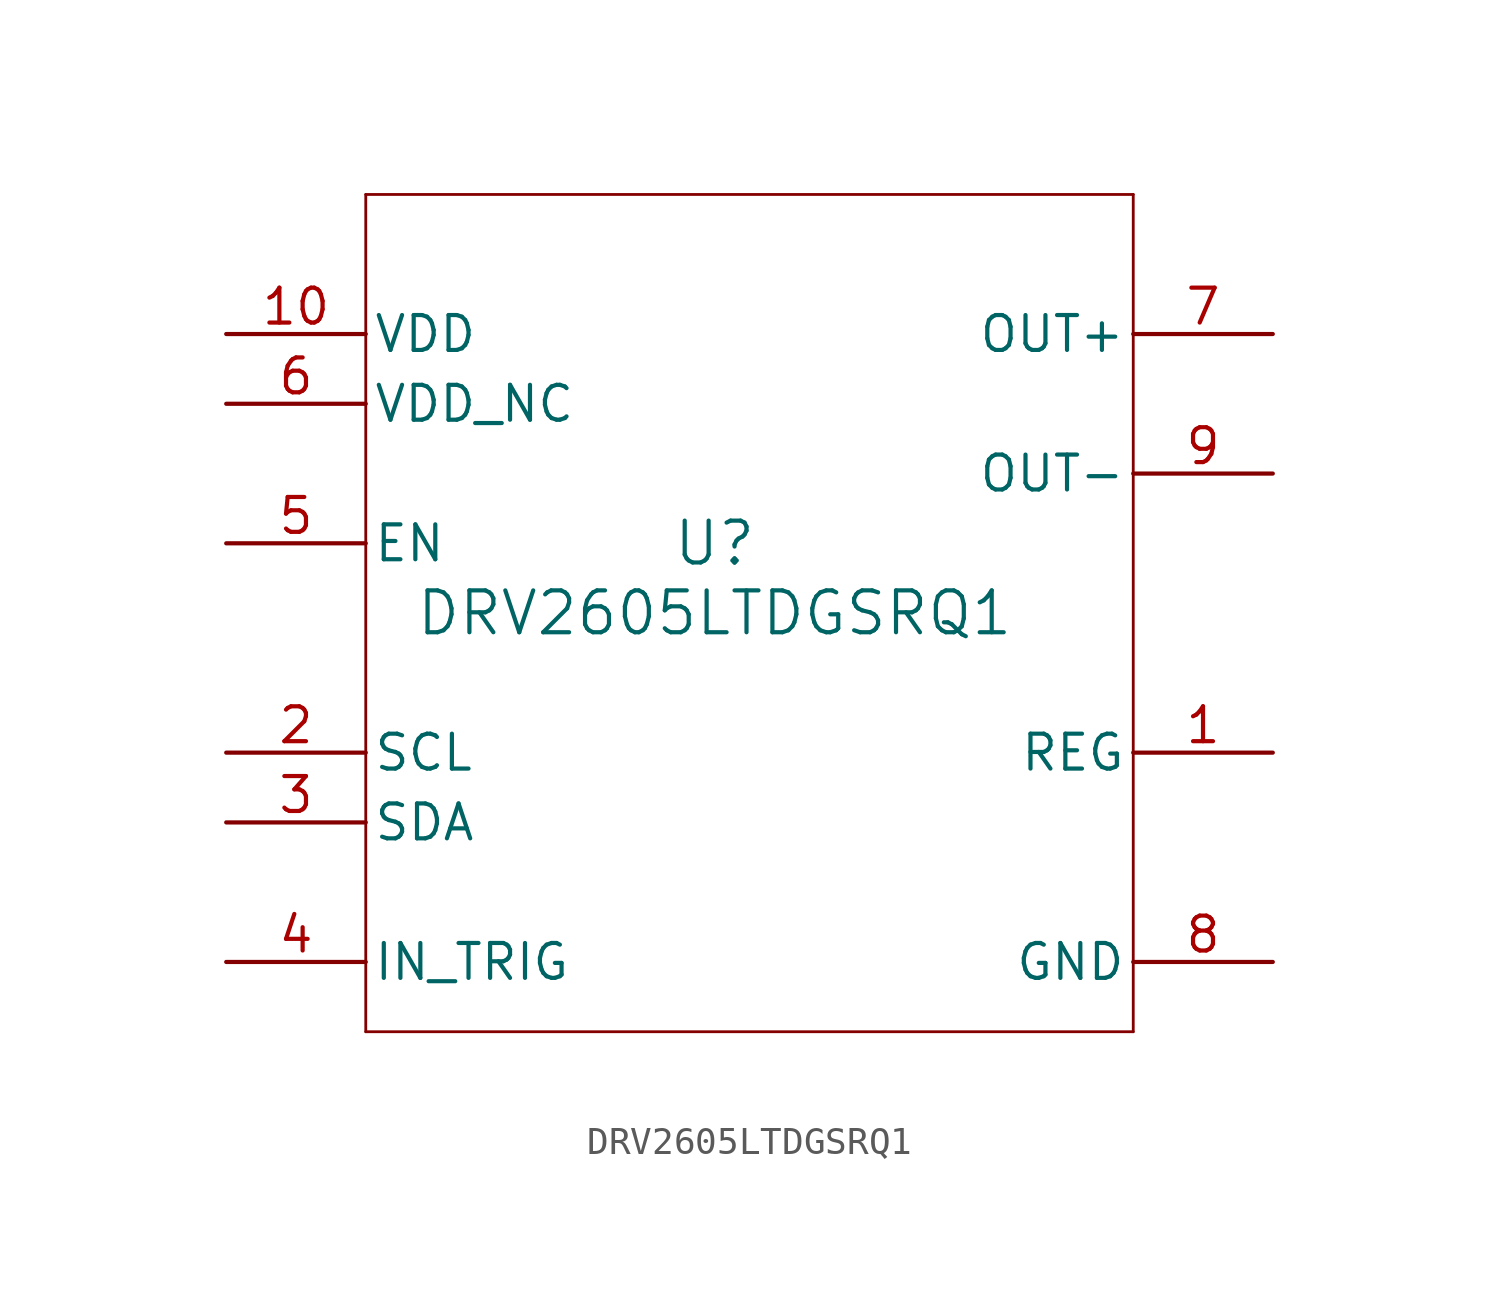
<source format=kicad_sym>
(kicad_symbol_lib
  (version 20231120)
  (generator "kicad_symbol_editor")
  (generator_version "8.0")
  (symbol "DRV2605LTDGSRQ1"
    (pin_names
      (offset 0.254))
    (property "Reference" "U"
      (at 0 2.54 0)
      (effects (font (size 1.524 1.524))))
    (property "Value" "DRV2605LTDGSRQ1"
      (at 0 0 0)
      (effects (font (size 1.524 1.524))))
    (property "ki_locked" ""
      (at 0 0 0)
      (effects (font (size 1.27 1.27))))
    (symbol "DRV2605LTDGSRQ1_0_1"
      (polyline (pts (xy -12.7 -15.24) (xy 15.24 -15.24)) (stroke (width 0.102) (type default)) (fill (type none)))
      (polyline (pts (xy -12.7 15.24) (xy -12.7 -15.24)) (stroke (width 0.102) (type default)) (fill (type none)))
      (polyline (pts (xy 15.24 -15.24) (xy 15.24 15.24)) (stroke (width 0.102) (type default)) (fill (type none)))
      (polyline (pts (xy 15.24 15.24) (xy -12.7 15.24)) (stroke (width 0.102) (type default)) (fill (type none)))
      (pin power_in line (at 20.32 -5.08 180) (length 5.08) (name "REG" (effects (font (size 1.27 1.27)))) (number "1" (effects (font (size 1.27 1.27)))))
      (pin power_in line (at -17.78 10.16 0) (length 5.08) (name "VDD" (effects (font (size 1.27 1.27)))) (number "10" (effects (font (size 1.27 1.27)))))
      (pin input line (at -17.78 -5.08 0) (length 5.08) (name "SCL" (effects (font (size 1.27 1.27)))) (number "2" (effects (font (size 1.27 1.27)))))
      (pin bidirectional line (at -17.78 -7.62 0) (length 5.08) (name "SDA" (effects (font (size 1.27 1.27)))) (number "3" (effects (font (size 1.27 1.27)))))
      (pin input line (at -17.78 -12.7 0) (length 5.08) (name "IN_TRIG" (effects (font (size 1.27 1.27)))) (number "4" (effects (font (size 1.27 1.27)))))
      (pin input line (at -17.78 2.54 0) (length 5.08) (name "EN" (effects (font (size 1.27 1.27)))) (number "5" (effects (font (size 1.27 1.27)))))
      (pin power_in line (at -17.78 7.62 0) (length 5.08) (name "VDD_NC" (effects (font (size 1.27 1.27)))) (number "6" (effects (font (size 1.27 1.27)))))
      (pin output line (at 20.32 10.16 180) (length 5.08) (name "OUT+" (effects (font (size 1.27 1.27)))) (number "7" (effects (font (size 1.27 1.27)))))
      (pin power_in line (at 20.32 -12.7 180) (length 5.08) (name "GND" (effects (font (size 1.27 1.27)))) (number "8" (effects (font (size 1.27 1.27)))))
      (pin output line (at 20.32 5.08 180) (length 5.08) (name "OUT-" (effects (font (size 1.27 1.27)))) (number "9" (effects (font (size 1.27 1.27))))))))
</source>
